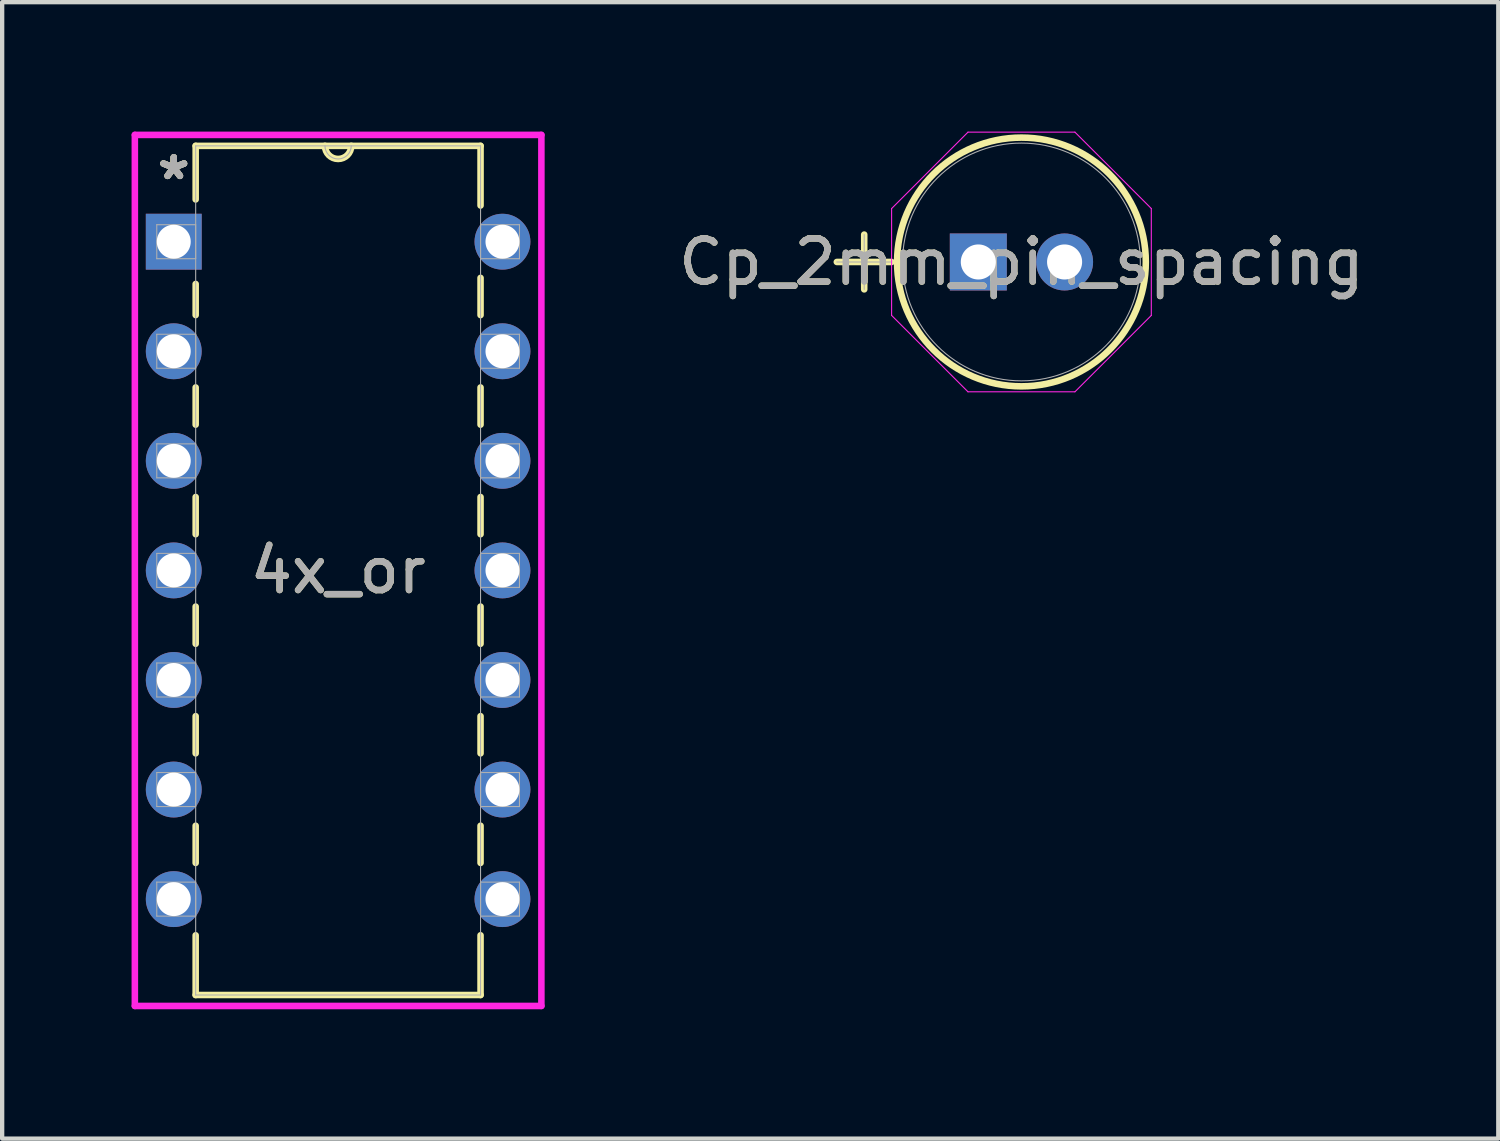
<source format=kicad_pcb>
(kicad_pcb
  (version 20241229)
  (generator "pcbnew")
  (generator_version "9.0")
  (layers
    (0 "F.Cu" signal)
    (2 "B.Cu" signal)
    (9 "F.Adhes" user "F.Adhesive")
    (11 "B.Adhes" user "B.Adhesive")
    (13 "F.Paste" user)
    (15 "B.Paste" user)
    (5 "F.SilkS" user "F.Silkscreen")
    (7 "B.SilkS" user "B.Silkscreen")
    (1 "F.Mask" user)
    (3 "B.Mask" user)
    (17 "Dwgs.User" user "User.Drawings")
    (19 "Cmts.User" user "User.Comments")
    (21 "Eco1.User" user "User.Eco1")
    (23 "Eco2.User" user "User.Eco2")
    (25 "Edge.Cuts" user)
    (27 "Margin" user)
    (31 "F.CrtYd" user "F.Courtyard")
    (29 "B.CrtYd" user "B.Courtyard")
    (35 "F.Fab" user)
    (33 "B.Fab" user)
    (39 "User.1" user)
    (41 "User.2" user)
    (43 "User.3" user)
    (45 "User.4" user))
  (footprint "4x_or"
    (layer "F.Cu")
    (at 8.598 17.793)
    (property "Reference" "4x_or" (at -3.81 -7.62 0) (unlocked yes) (layer "F.SilkS") (effects (font (size 1 1) (thickness 0.15))))
    (attr through_hole)
    (fp_line (start -7.112 -17.462) (end -7.112 -16.22) (stroke (width 0.152) (type solid)) (layer "F.SilkS"))
    (fp_line (start -7.112 -14.26) (end -7.112 -13.539) (stroke (width 0.152) (type solid)) (layer "F.SilkS"))
    (fp_line (start -7.112 -11.861) (end -7.112 -10.999) (stroke (width 0.152) (type solid)) (layer "F.SilkS"))
    (fp_line (start -7.112 -9.321) (end -7.112 -8.459) (stroke (width 0.152) (type solid)) (layer "F.SilkS"))
    (fp_line (start -7.112 -6.781) (end -7.112 -5.919) (stroke (width 0.152) (type solid)) (layer "F.SilkS"))
    (fp_line (start -7.112 -4.241) (end -7.112 -3.379) (stroke (width 0.152) (type solid)) (layer "F.SilkS"))
    (fp_line (start -7.112 -1.701) (end -7.112 -0.839) (stroke (width 0.152) (type solid)) (layer "F.SilkS"))
    (fp_line (start -7.112 0.839) (end -7.112 2.223) (stroke (width 0.152) (type solid)) (layer "F.SilkS"))
    (fp_line (start -7.112 2.223) (end -0.508 2.223) (stroke (width 0.152) (type solid)) (layer "F.SilkS"))
    (fp_line (start -0.508 -17.462) (end -7.112 -17.462) (stroke (width 0.152) (type solid)) (layer "F.SilkS"))
    (fp_line (start -0.508 -16.079) (end -0.508 -17.462) (stroke (width 0.152) (type solid)) (layer "F.SilkS"))
    (fp_line (start -0.508 -13.539) (end -0.508 -14.401) (stroke (width 0.152) (type solid)) (layer "F.SilkS"))
    (fp_line (start -0.508 -10.999) (end -0.508 -11.861) (stroke (width 0.152) (type solid)) (layer "F.SilkS"))
    (fp_line (start -0.508 -8.459) (end -0.508 -9.321) (stroke (width 0.152) (type solid)) (layer "F.SilkS"))
    (fp_line (start -0.508 -5.919) (end -0.508 -6.781) (stroke (width 0.152) (type solid)) (layer "F.SilkS"))
    (fp_line (start -0.508 -3.379) (end -0.508 -4.241) (stroke (width 0.152) (type solid)) (layer "F.SilkS"))
    (fp_line (start -0.508 -0.839) (end -0.508 -1.701) (stroke (width 0.152) (type solid)) (layer "F.SilkS"))
    (fp_line (start -0.508 2.223) (end -0.508 0.839) (stroke (width 0.152) (type solid)) (layer "F.SilkS"))
    (fp_arc (start -3.5052 -17.4625) (mid -3.81 -17.1577) (end -4.1148 -17.4625) (stroke (width 0.1524) (type solid)) (layer "F.SilkS"))
    (fp_line (start -8.522 -17.716) (end -8.522 2.477) (stroke (width 0.152) (type solid)) (layer "F.CrtYd"))
    (fp_line (start -8.522 2.477) (end 0.902 2.477) (stroke (width 0.152) (type solid)) (layer "F.CrtYd"))
    (fp_line (start 0.902 -17.716) (end -8.522 -17.716) (stroke (width 0.152) (type solid)) (layer "F.CrtYd"))
    (fp_line (start 0.902 2.477) (end 0.902 -17.716) (stroke (width 0.152) (type solid)) (layer "F.CrtYd"))
    (fp_line (start -8.014 -15.634) (end -8.014 -14.846) (stroke (width 0.025) (type solid)) (layer "F.Fab"))
    (fp_line (start -8.014 -14.846) (end -7.112 -14.846) (stroke (width 0.025) (type solid)) (layer "F.Fab"))
    (fp_line (start -8.014 -13.094) (end -8.014 -12.306) (stroke (width 0.025) (type solid)) (layer "F.Fab"))
    (fp_line (start -8.014 -12.306) (end -7.112 -12.306) (stroke (width 0.025) (type solid)) (layer "F.Fab"))
    (fp_line (start -8.014 -10.554) (end -8.014 -9.766) (stroke (width 0.025) (type solid)) (layer "F.Fab"))
    (fp_line (start -8.014 -9.766) (end -7.112 -9.766) (stroke (width 0.025) (type solid)) (layer "F.Fab"))
    (fp_line (start -8.014 -8.014) (end -8.014 -7.226) (stroke (width 0.025) (type solid)) (layer "F.Fab"))
    (fp_line (start -8.014 -7.226) (end -7.112 -7.226) (stroke (width 0.025) (type solid)) (layer "F.Fab"))
    (fp_line (start -8.014 -5.474) (end -8.014 -4.686) (stroke (width 0.025) (type solid)) (layer "F.Fab"))
    (fp_line (start -8.014 -4.686) (end -7.112 -4.686) (stroke (width 0.025) (type solid)) (layer "F.Fab"))
    (fp_line (start -8.014 -2.934) (end -8.014 -2.146) (stroke (width 0.025) (type solid)) (layer "F.Fab"))
    (fp_line (start -8.014 -2.146) (end -7.112 -2.146) (stroke (width 0.025) (type solid)) (layer "F.Fab"))
    (fp_line (start -8.014 -0.394) (end -8.014 0.394) (stroke (width 0.025) (type solid)) (layer "F.Fab"))
    (fp_line (start -8.014 0.394) (end -7.112 0.394) (stroke (width 0.025) (type solid)) (layer "F.Fab"))
    (fp_line (start -7.112 -17.462) (end -7.112 2.223) (stroke (width 0.025) (type solid)) (layer "F.Fab"))
    (fp_line (start -7.112 -15.634) (end -8.014 -15.634) (stroke (width 0.025) (type solid)) (layer "F.Fab"))
    (fp_line (start -7.112 -14.846) (end -7.112 -15.634) (stroke (width 0.025) (type solid)) (layer "F.Fab"))
    (fp_line (start -7.112 -13.094) (end -8.014 -13.094) (stroke (width 0.025) (type solid)) (layer "F.Fab"))
    (fp_line (start -7.112 -12.306) (end -7.112 -13.094) (stroke (width 0.025) (type solid)) (layer "F.Fab"))
    (fp_line (start -7.112 -10.554) (end -8.014 -10.554) (stroke (width 0.025) (type solid)) (layer "F.Fab"))
    (fp_line (start -7.112 -9.766) (end -7.112 -10.554) (stroke (width 0.025) (type solid)) (layer "F.Fab"))
    (fp_line (start -7.112 -8.014) (end -8.014 -8.014) (stroke (width 0.025) (type solid)) (layer "F.Fab"))
    (fp_line (start -7.112 -7.226) (end -7.112 -8.014) (stroke (width 0.025) (type solid)) (layer "F.Fab"))
    (fp_line (start -7.112 -5.474) (end -8.014 -5.474) (stroke (width 0.025) (type solid)) (layer "F.Fab"))
    (fp_line (start -7.112 -4.686) (end -7.112 -5.474) (stroke (width 0.025) (type solid)) (layer "F.Fab"))
    (fp_line (start -7.112 -2.934) (end -8.014 -2.934) (stroke (width 0.025) (type solid)) (layer "F.Fab"))
    (fp_line (start -7.112 -2.146) (end -7.112 -2.934) (stroke (width 0.025) (type solid)) (layer "F.Fab"))
    (fp_line (start -7.112 -0.394) (end -8.014 -0.394) (stroke (width 0.025) (type solid)) (layer "F.Fab"))
    (fp_line (start -7.112 0.394) (end -7.112 -0.394) (stroke (width 0.025) (type solid)) (layer "F.Fab"))
    (fp_line (start -7.112 2.223) (end -0.508 2.223) (stroke (width 0.025) (type solid)) (layer "F.Fab"))
    (fp_line (start -0.508 -17.462) (end -7.112 -17.462) (stroke (width 0.025) (type solid)) (layer "F.Fab"))
    (fp_line (start -0.508 -15.634) (end -0.508 -14.846) (stroke (width 0.025) (type solid)) (layer "F.Fab"))
    (fp_line (start -0.508 -14.846) (end 0.394 -14.846) (stroke (width 0.025) (type solid)) (layer "F.Fab"))
    (fp_line (start -0.508 -13.094) (end -0.508 -12.306) (stroke (width 0.025) (type solid)) (layer "F.Fab"))
    (fp_line (start -0.508 -12.306) (end 0.394 -12.306) (stroke (width 0.025) (type solid)) (layer "F.Fab"))
    (fp_line (start -0.508 -10.554) (end -0.508 -9.766) (stroke (width 0.025) (type solid)) (layer "F.Fab"))
    (fp_line (start -0.508 -9.766) (end 0.394 -9.766) (stroke (width 0.025) (type solid)) (layer "F.Fab"))
    (fp_line (start -0.508 -8.014) (end -0.508 -7.226) (stroke (width 0.025) (type solid)) (layer "F.Fab"))
    (fp_line (start -0.508 -7.226) (end 0.394 -7.226) (stroke (width 0.025) (type solid)) (layer "F.Fab"))
    (fp_line (start -0.508 -5.474) (end -0.508 -4.686) (stroke (width 0.025) (type solid)) (layer "F.Fab"))
    (fp_line (start -0.508 -4.686) (end 0.394 -4.686) (stroke (width 0.025) (type solid)) (layer "F.Fab"))
    (fp_line (start -0.508 -2.934) (end -0.508 -2.146) (stroke (width 0.025) (type solid)) (layer "F.Fab"))
    (fp_line (start -0.508 -2.146) (end 0.394 -2.146) (stroke (width 0.025) (type solid)) (layer "F.Fab"))
    (fp_line (start -0.508 -0.394) (end -0.508 0.394) (stroke (width 0.025) (type solid)) (layer "F.Fab"))
    (fp_line (start -0.508 0.394) (end 0.394 0.394) (stroke (width 0.025) (type solid)) (layer "F.Fab"))
    (fp_line (start -0.508 2.223) (end -0.508 -17.462) (stroke (width 0.025) (type solid)) (layer "F.Fab"))
    (fp_line (start 0.394 -15.634) (end -0.508 -15.634) (stroke (width 0.025) (type solid)) (layer "F.Fab"))
    (fp_line (start 0.394 -14.846) (end 0.394 -15.634) (stroke (width 0.025) (type solid)) (layer "F.Fab"))
    (fp_line (start 0.394 -13.094) (end -0.508 -13.094) (stroke (width 0.025) (type solid)) (layer "F.Fab"))
    (fp_line (start 0.394 -12.306) (end 0.394 -13.094) (stroke (width 0.025) (type solid)) (layer "F.Fab"))
    (fp_line (start 0.394 -10.554) (end -0.508 -10.554) (stroke (width 0.025) (type solid)) (layer "F.Fab"))
    (fp_line (start 0.394 -9.766) (end 0.394 -10.554) (stroke (width 0.025) (type solid)) (layer "F.Fab"))
    (fp_line (start 0.394 -8.014) (end -0.508 -8.014) (stroke (width 0.025) (type solid)) (layer "F.Fab"))
    (fp_line (start 0.394 -7.226) (end 0.394 -8.014) (stroke (width 0.025) (type solid)) (layer "F.Fab"))
    (fp_line (start 0.394 -5.474) (end -0.508 -5.474) (stroke (width 0.025) (type solid)) (layer "F.Fab"))
    (fp_line (start 0.394 -4.686) (end 0.394 -5.474) (stroke (width 0.025) (type solid)) (layer "F.Fab"))
    (fp_line (start 0.394 -2.934) (end -0.508 -2.934) (stroke (width 0.025) (type solid)) (layer "F.Fab"))
    (fp_line (start 0.394 -2.146) (end 0.394 -2.934) (stroke (width 0.025) (type solid)) (layer "F.Fab"))
    (fp_line (start 0.394 -0.394) (end -0.508 -0.394) (stroke (width 0.025) (type solid)) (layer "F.Fab"))
    (fp_line (start 0.394 0.394) (end 0.394 -0.394) (stroke (width 0.025) (type solid)) (layer "F.Fab"))
    (fp_arc (start -3.5052 -17.4625) (mid -3.81 -17.1577) (end -4.1148 -17.4625) (stroke (width 0.0254) (type solid)) (layer "F.Fab"))
    (fp_text user "*" (at -7.62 -16.65 0) (layer "F.SilkS") (effects (font (size 1 1) (thickness 0.15))))
    (fp_text user "*" (at -7.62 -16.65 0) (unlocked yes) (layer "F.SilkS") (effects (font (size 1 1) (thickness 0.15))))
    (fp_text user "*" (at -7.62 -16.65 0) (layer "F.Fab") (effects (font (size 1 1) (thickness 0.15))))
    (fp_text user "${REFERENCE}" (at -3.81 -7.62 0) (unlocked yes) (layer "F.Fab") (effects (font (size 1 1) (thickness 0.15))))
    (fp_text user "*" (at -7.62 -16.65 0) (unlocked yes) (layer "F.Fab") (effects (font (size 1 1) (thickness 0.15))))
    (pad "1" thru_hole rect (at -7.62 -15.24) (size 1.295 1.295) (drill 0.787) (layers "*.Cu" "*.Mask"))
    (pad "2" thru_hole circle (at -7.62 -12.7) (size 1.295 1.295) (drill 0.787) (layers "*.Cu" "*.Mask"))
    (pad "3" thru_hole circle (at -7.62 -10.16) (size 1.295 1.295) (drill 0.787) (layers "*.Cu" "*.Mask"))
    (pad "4" thru_hole circle (at -7.62 -7.62) (size 1.295 1.295) (drill 0.787) (layers "*.Cu" "*.Mask"))
    (pad "5" thru_hole circle (at -7.62 -5.08) (size 1.295 1.295) (drill 0.787) (layers "*.Cu" "*.Mask"))
    (pad "6" thru_hole circle (at -7.62 -2.54) (size 1.295 1.295) (drill 0.787) (layers "*.Cu" "*.Mask"))
    (pad "7" thru_hole circle (at -7.62 0) (size 1.295 1.295) (drill 0.787) (layers "*.Cu" "*.Mask"))
    (pad "8" thru_hole circle (at 0 0) (size 1.295 1.295) (drill 0.787) (layers "*.Cu" "*.Mask"))
    (pad "9" thru_hole circle (at 0 -2.54) (size 1.295 1.295) (drill 0.787) (layers "*.Cu" "*.Mask"))
    (pad "10" thru_hole circle (at 0 -5.08) (size 1.295 1.295) (drill 0.787) (layers "*.Cu" "*.Mask"))
    (pad "11" thru_hole circle (at 0 -7.62) (size 1.295 1.295) (drill 0.787) (layers "*.Cu" "*.Mask"))
    (pad "12" thru_hole circle (at 0 -10.16) (size 1.295 1.295) (drill 0.787) (layers "*.Cu" "*.Mask"))
    (pad "13" thru_hole circle (at 0 -12.7) (size 1.295 1.295) (drill 0.787) (layers "*.Cu" "*.Mask"))
    (pad "14" thru_hole circle (at 0 -15.24) (size 1.295 1.295) (drill 0.787) (layers "*.Cu" "*.Mask")))
  (footprint "Cp_2mm_pin_spacing"
    (layer "F.Cu")
    (at 19.629 3.023)
    (property "Reference" "Cp_2mm_pin_spacing" (at 1 0 0) (unlocked yes) (layer "F.SilkS") (effects (font (size 1 1) (thickness 0.15))))
    (attr through_hole)
    (fp_line (start -3.28 0) (end -2.01 0) (stroke (width 0.152) (type solid)) (layer "F.SilkS"))
    (fp_line (start -2.645 -0.635) (end -2.645 0.635) (stroke (width 0.152) (type solid)) (layer "F.SilkS"))
    (fp_circle (center 1 0) (end 3.883 0) (stroke (width 0.152) (type solid)) (fill no) (layer "F.SilkS"))
    (fp_line (start -2.01 -1.239) (end -0.239 -3.01) (stroke (width 0.025) (type solid)) (layer "F.CrtYd"))
    (fp_line (start -2.01 1.239) (end -2.01 -1.239) (stroke (width 0.025) (type solid)) (layer "F.CrtYd"))
    (fp_line (start -0.239 -3.01) (end 2.239 -3.01) (stroke (width 0.025) (type solid)) (layer "F.CrtYd"))
    (fp_line (start -0.239 3.01) (end -2.01 1.239) (stroke (width 0.025) (type solid)) (layer "F.CrtYd"))
    (fp_line (start 2.239 -3.01) (end 4.01 -1.239) (stroke (width 0.025) (type solid)) (layer "F.CrtYd"))
    (fp_line (start 2.239 3.01) (end -0.239 3.01) (stroke (width 0.025) (type solid)) (layer "F.CrtYd"))
    (fp_line (start 4.01 -1.239) (end 4.01 1.239) (stroke (width 0.025) (type solid)) (layer "F.CrtYd"))
    (fp_line (start 4.01 1.239) (end 2.239 3.01) (stroke (width 0.025) (type solid)) (layer "F.CrtYd"))
    (fp_line (start -3.28 0) (end -2.01 0) (stroke (width 0.025) (type solid)) (layer "F.Fab"))
    (fp_line (start -2.645 -0.635) (end -2.645 0.635) (stroke (width 0.025) (type solid)) (layer "F.Fab"))
    (fp_circle (center 1 0) (end 3.756 0) (stroke (width 0.025) (type solid)) (fill no) (layer "F.Fab"))
    (fp_text user "${REFERENCE}" (at 1 0 0) (unlocked yes) (layer "F.Fab") (effects (font (size 1 1) (thickness 0.15))))
    (pad "1" thru_hole rect (at 0 0) (size 1.321 1.321) (drill 0.813) (layers "*.Cu" "*.Mask"))
    (pad "2" thru_hole circle (at 2 0) (size 1.321 1.321) (drill 0.813) (layers "*.Cu" "*.Mask")))
  (gr_rect
    (start -3 -3)
    (end 31.683 23.345)
    (stroke (width 0.1) (type default))
    (fill no)
    (layer "Edge.Cuts")))
</source>
